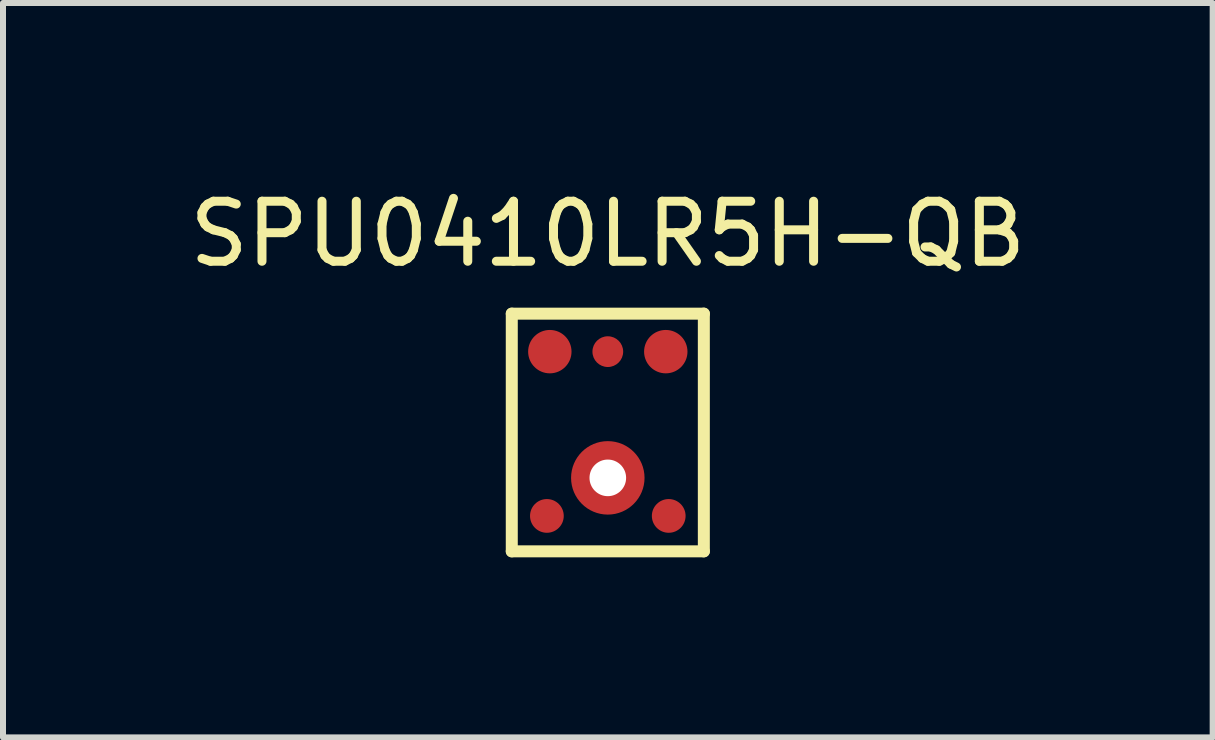
<source format=kicad_pcb>
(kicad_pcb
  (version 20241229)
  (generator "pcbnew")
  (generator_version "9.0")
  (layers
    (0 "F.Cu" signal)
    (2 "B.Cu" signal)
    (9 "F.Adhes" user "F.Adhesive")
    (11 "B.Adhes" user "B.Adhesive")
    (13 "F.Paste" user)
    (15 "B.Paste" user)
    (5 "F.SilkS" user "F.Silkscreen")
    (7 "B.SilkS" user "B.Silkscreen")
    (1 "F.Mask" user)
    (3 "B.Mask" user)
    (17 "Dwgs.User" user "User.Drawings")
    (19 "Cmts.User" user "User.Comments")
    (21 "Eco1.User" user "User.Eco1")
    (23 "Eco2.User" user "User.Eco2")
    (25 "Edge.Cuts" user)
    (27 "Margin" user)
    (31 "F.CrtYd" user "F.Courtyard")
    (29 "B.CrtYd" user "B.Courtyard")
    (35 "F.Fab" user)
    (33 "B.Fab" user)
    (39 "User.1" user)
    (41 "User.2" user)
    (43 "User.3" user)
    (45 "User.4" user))
  (footprint "SPU0410LR5H-QB"
    (layer "F.Cu")
    (at 7.077 4.912)
    (property "Reference" "SPU0410LR5H-QB" (at 0 -4.064 0) (layer "F.SilkS") (effects (font (size 1 1) (thickness 0.15))))
    (attr through_hole)
    (fp_line (start -1.6 -2.736) (end -1.6 1.224) (stroke (width 0.2) (type solid)) (layer "F.SilkS"))
    (fp_line (start 1.6 -2.736) (end -1.6 -2.736) (stroke (width 0.2) (type solid)) (layer "F.SilkS"))
    (fp_line (start 1.6 1.224) (end -1.6 1.224) (stroke (width 0.2) (type solid)) (layer "F.SilkS"))
    (fp_line (start 1.6 1.224) (end 1.6 -2.736) (stroke (width 0.2) (type solid)) (layer "F.SilkS"))
    (pad "" np_thru_hole circle (at 0 0) (size 0.61 0.61) (drill 0.61) (layers "*.Cu"))
    (pad "1" smd circle (at -0.966 -2.103) (size 0.723 0.723) (layers "F.Cu" "F.Mask" "F.Paste"))
    (pad "2" smd circle (at -1.015 0.634) (size 0.562 0.562) (layers "F.Cu" "F.Mask" "F.Paste"))
    (pad "3" smd circle (at 1.015 0.634) (size 0.562 0.562) (layers "F.Cu" "F.Mask" "F.Paste"))
    (pad "4" smd circle (at 0.966 -2.103) (size 0.723 0.723) (layers "F.Cu" "F.Mask" "F.Paste"))
    (pad "5" smd circle (at 0 -2.103) (size 0.512 0.512) (layers "F.Cu" "F.Mask" "F.Paste"))
    (pad "6" smd circle (at 0 0) (size 1.224 1.224) (layers "F.Cu" "F.Mask" "F.Paste")))
  (gr_rect
    (start -3 -3)
    (end 17.155 9.236)
    (stroke (width 0.1) (type default))
    (fill no)
    (layer "Edge.Cuts")))
</source>
